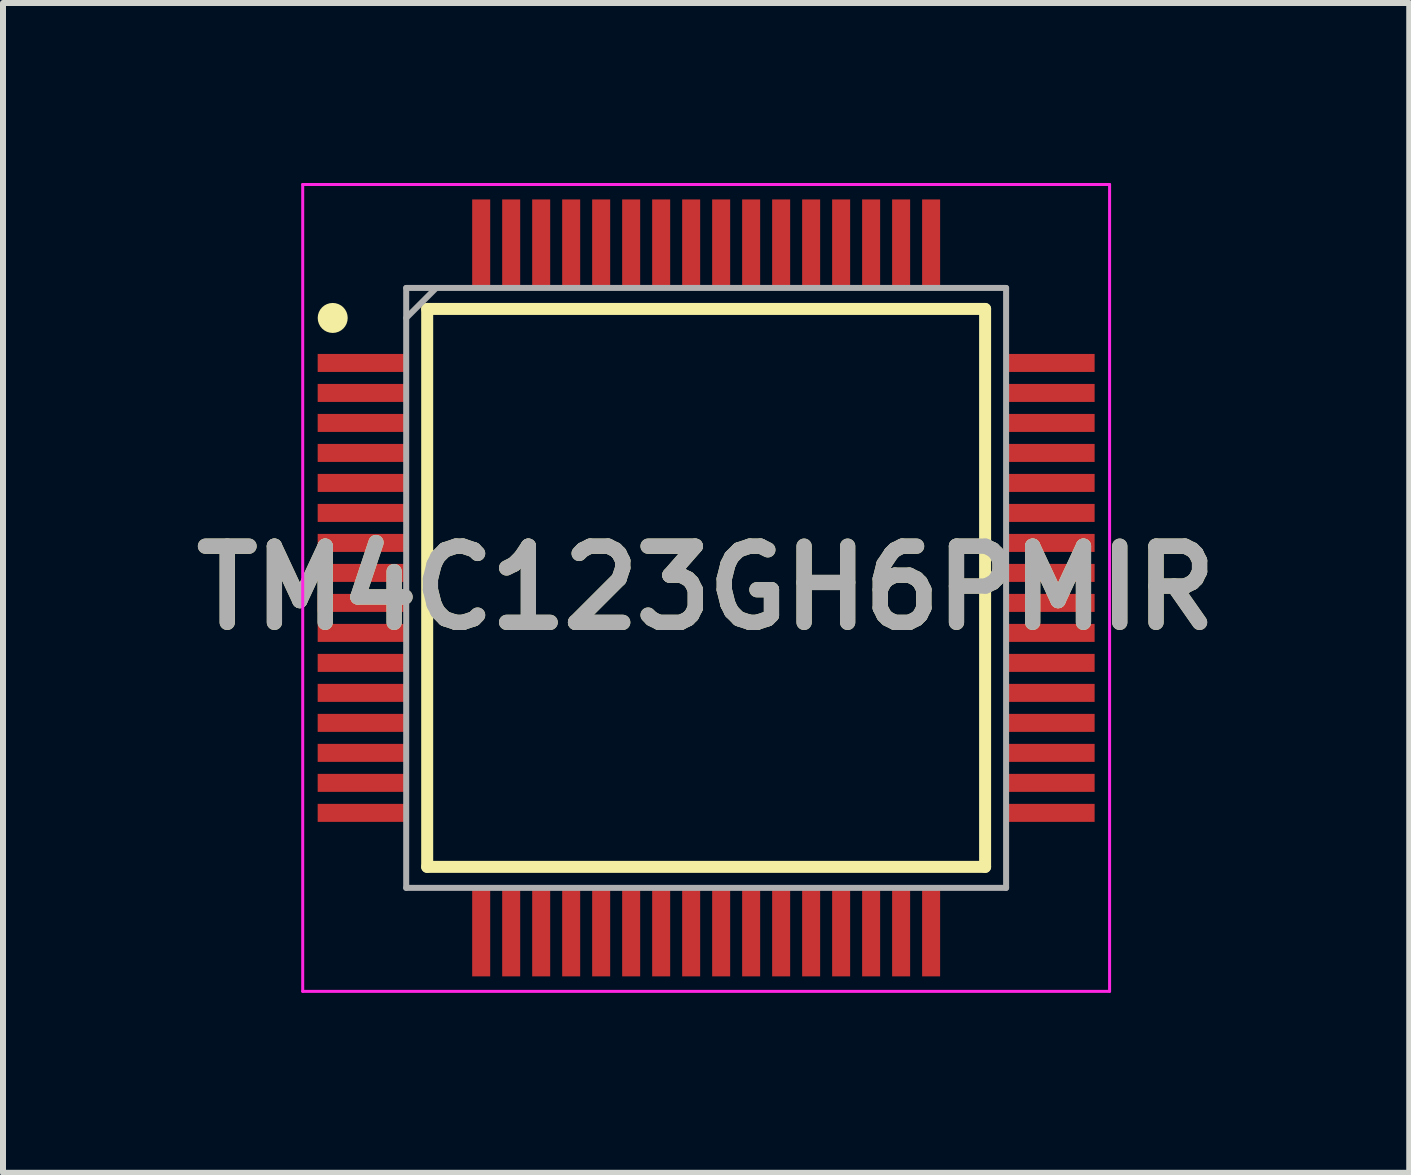
<source format=kicad_pcb>
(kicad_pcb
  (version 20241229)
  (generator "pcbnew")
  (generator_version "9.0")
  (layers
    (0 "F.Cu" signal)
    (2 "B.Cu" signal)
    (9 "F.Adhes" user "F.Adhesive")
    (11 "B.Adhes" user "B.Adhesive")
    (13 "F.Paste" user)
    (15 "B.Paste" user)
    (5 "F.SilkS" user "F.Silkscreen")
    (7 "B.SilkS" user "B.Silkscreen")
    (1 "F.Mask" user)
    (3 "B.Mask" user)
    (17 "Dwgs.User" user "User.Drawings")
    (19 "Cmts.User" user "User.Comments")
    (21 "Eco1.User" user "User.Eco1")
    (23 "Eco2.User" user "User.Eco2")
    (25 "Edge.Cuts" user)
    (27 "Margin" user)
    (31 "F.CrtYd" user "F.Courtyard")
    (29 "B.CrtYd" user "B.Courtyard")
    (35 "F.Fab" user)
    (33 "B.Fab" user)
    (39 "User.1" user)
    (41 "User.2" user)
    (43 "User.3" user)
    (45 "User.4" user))
  (footprint "TM4C123GH6PMIR"
    (layer "F.Cu")
    (at 8.721 6.75)
    (property "Reference" "TM4C123GH6PMIR" (at 0 0 0) (layer "F.SilkS") (effects (font (size 1.27 1.27) (thickness 0.254))))
    (attr smd)
    (fp_line (start -4.65 -4.65) (end 4.65 -4.65) (stroke (width 0.2) (type solid)) (layer "F.SilkS"))
    (fp_line (start -4.65 4.65) (end -4.65 -4.65) (stroke (width 0.2) (type solid)) (layer "F.SilkS"))
    (fp_line (start 4.65 -4.65) (end 4.65 4.65) (stroke (width 0.2) (type solid)) (layer "F.SilkS"))
    (fp_line (start 4.65 4.65) (end -4.65 4.65) (stroke (width 0.2) (type solid)) (layer "F.SilkS"))
    (fp_circle (center -6.225 -4.5) (end -6.225 -4.375) (stroke (width 0.25) (type solid)) (fill no) (layer "F.SilkS"))
    (fp_line (start -6.725 -6.725) (end 6.725 -6.725) (stroke (width 0.05) (type solid)) (layer "F.CrtYd"))
    (fp_line (start -6.725 6.725) (end -6.725 -6.725) (stroke (width 0.05) (type solid)) (layer "F.CrtYd"))
    (fp_line (start 6.725 -6.725) (end 6.725 6.725) (stroke (width 0.05) (type solid)) (layer "F.CrtYd"))
    (fp_line (start 6.725 6.725) (end -6.725 6.725) (stroke (width 0.05) (type solid)) (layer "F.CrtYd"))
    (fp_line (start -5 -5) (end 5 -5) (stroke (width 0.1) (type solid)) (layer "F.Fab"))
    (fp_line (start -5 -4.5) (end -4.5 -5) (stroke (width 0.1) (type solid)) (layer "F.Fab"))
    (fp_line (start -5 5) (end -5 -5) (stroke (width 0.1) (type solid)) (layer "F.Fab"))
    (fp_line (start 5 -5) (end 5 5) (stroke (width 0.1) (type solid)) (layer "F.Fab"))
    (fp_line (start 5 5) (end -5 5) (stroke (width 0.1) (type solid)) (layer "F.Fab"))
    (fp_text user "${REFERENCE}" (at 0 0 0) (layer "F.Fab") (effects (font (size 1.27 1.27) (thickness 0.254))))
    (pad "1" smd rect (at -5.738 -3.75 90) (size 0.3 1.475) (layers "F.Cu" "F.Mask" "F.Paste"))
    (pad "2" smd rect (at -5.738 -3.25 90) (size 0.3 1.475) (layers "F.Cu" "F.Mask" "F.Paste"))
    (pad "3" smd rect (at -5.738 -2.75 90) (size 0.3 1.475) (layers "F.Cu" "F.Mask" "F.Paste"))
    (pad "4" smd rect (at -5.738 -2.25 90) (size 0.3 1.475) (layers "F.Cu" "F.Mask" "F.Paste"))
    (pad "5" smd rect (at -5.738 -1.75 90) (size 0.3 1.475) (layers "F.Cu" "F.Mask" "F.Paste"))
    (pad "6" smd rect (at -5.738 -1.25 90) (size 0.3 1.475) (layers "F.Cu" "F.Mask" "F.Paste"))
    (pad "7" smd rect (at -5.738 -0.75 90) (size 0.3 1.475) (layers "F.Cu" "F.Mask" "F.Paste"))
    (pad "8" smd rect (at -5.738 -0.25 90) (size 0.3 1.475) (layers "F.Cu" "F.Mask" "F.Paste"))
    (pad "9" smd rect (at -5.738 0.25 90) (size 0.3 1.475) (layers "F.Cu" "F.Mask" "F.Paste"))
    (pad "10" smd rect (at -5.738 0.75 90) (size 0.3 1.475) (layers "F.Cu" "F.Mask" "F.Paste"))
    (pad "11" smd rect (at -5.738 1.25 90) (size 0.3 1.475) (layers "F.Cu" "F.Mask" "F.Paste"))
    (pad "12" smd rect (at -5.738 1.75 90) (size 0.3 1.475) (layers "F.Cu" "F.Mask" "F.Paste"))
    (pad "13" smd rect (at -5.738 2.25 90) (size 0.3 1.475) (layers "F.Cu" "F.Mask" "F.Paste"))
    (pad "14" smd rect (at -5.738 2.75 90) (size 0.3 1.475) (layers "F.Cu" "F.Mask" "F.Paste"))
    (pad "15" smd rect (at -5.738 3.25 90) (size 0.3 1.475) (layers "F.Cu" "F.Mask" "F.Paste"))
    (pad "16" smd rect (at -5.738 3.75 90) (size 0.3 1.475) (layers "F.Cu" "F.Mask" "F.Paste"))
    (pad "17" smd rect (at -3.75 5.738) (size 0.3 1.475) (layers "F.Cu" "F.Mask" "F.Paste"))
    (pad "18" smd rect (at -3.25 5.738) (size 0.3 1.475) (layers "F.Cu" "F.Mask" "F.Paste"))
    (pad "19" smd rect (at -2.75 5.738) (size 0.3 1.475) (layers "F.Cu" "F.Mask" "F.Paste"))
    (pad "20" smd rect (at -2.25 5.738) (size 0.3 1.475) (layers "F.Cu" "F.Mask" "F.Paste"))
    (pad "21" smd rect (at -1.75 5.738) (size 0.3 1.475) (layers "F.Cu" "F.Mask" "F.Paste"))
    (pad "22" smd rect (at -1.25 5.738) (size 0.3 1.475) (layers "F.Cu" "F.Mask" "F.Paste"))
    (pad "23" smd rect (at -0.75 5.738) (size 0.3 1.475) (layers "F.Cu" "F.Mask" "F.Paste"))
    (pad "24" smd rect (at -0.25 5.738) (size 0.3 1.475) (layers "F.Cu" "F.Mask" "F.Paste"))
    (pad "25" smd rect (at 0.25 5.738) (size 0.3 1.475) (layers "F.Cu" "F.Mask" "F.Paste"))
    (pad "26" smd rect (at 0.75 5.738) (size 0.3 1.475) (layers "F.Cu" "F.Mask" "F.Paste"))
    (pad "27" smd rect (at 1.25 5.738) (size 0.3 1.475) (layers "F.Cu" "F.Mask" "F.Paste"))
    (pad "28" smd rect (at 1.75 5.738) (size 0.3 1.475) (layers "F.Cu" "F.Mask" "F.Paste"))
    (pad "29" smd rect (at 2.25 5.738) (size 0.3 1.475) (layers "F.Cu" "F.Mask" "F.Paste"))
    (pad "30" smd rect (at 2.75 5.738) (size 0.3 1.475) (layers "F.Cu" "F.Mask" "F.Paste"))
    (pad "31" smd rect (at 3.25 5.738) (size 0.3 1.475) (layers "F.Cu" "F.Mask" "F.Paste"))
    (pad "32" smd rect (at 3.75 5.738) (size 0.3 1.475) (layers "F.Cu" "F.Mask" "F.Paste"))
    (pad "33" smd rect (at 5.738 3.75 90) (size 0.3 1.475) (layers "F.Cu" "F.Mask" "F.Paste"))
    (pad "34" smd rect (at 5.738 3.25 90) (size 0.3 1.475) (layers "F.Cu" "F.Mask" "F.Paste"))
    (pad "35" smd rect (at 5.738 2.75 90) (size 0.3 1.475) (layers "F.Cu" "F.Mask" "F.Paste"))
    (pad "36" smd rect (at 5.738 2.25 90) (size 0.3 1.475) (layers "F.Cu" "F.Mask" "F.Paste"))
    (pad "37" smd rect (at 5.738 1.75 90) (size 0.3 1.475) (layers "F.Cu" "F.Mask" "F.Paste"))
    (pad "38" smd rect (at 5.738 1.25 90) (size 0.3 1.475) (layers "F.Cu" "F.Mask" "F.Paste"))
    (pad "39" smd rect (at 5.738 0.75 90) (size 0.3 1.475) (layers "F.Cu" "F.Mask" "F.Paste"))
    (pad "40" smd rect (at 5.738 0.25 90) (size 0.3 1.475) (layers "F.Cu" "F.Mask" "F.Paste"))
    (pad "41" smd rect (at 5.738 -0.25 90) (size 0.3 1.475) (layers "F.Cu" "F.Mask" "F.Paste"))
    (pad "42" smd rect (at 5.738 -0.75 90) (size 0.3 1.475) (layers "F.Cu" "F.Mask" "F.Paste"))
    (pad "43" smd rect (at 5.738 -1.25 90) (size 0.3 1.475) (layers "F.Cu" "F.Mask" "F.Paste"))
    (pad "44" smd rect (at 5.738 -1.75 90) (size 0.3 1.475) (layers "F.Cu" "F.Mask" "F.Paste"))
    (pad "45" smd rect (at 5.738 -2.25 90) (size 0.3 1.475) (layers "F.Cu" "F.Mask" "F.Paste"))
    (pad "46" smd rect (at 5.738 -2.75 90) (size 0.3 1.475) (layers "F.Cu" "F.Mask" "F.Paste"))
    (pad "47" smd rect (at 5.738 -3.25 90) (size 0.3 1.475) (layers "F.Cu" "F.Mask" "F.Paste"))
    (pad "48" smd rect (at 5.738 -3.75 90) (size 0.3 1.475) (layers "F.Cu" "F.Mask" "F.Paste"))
    (pad "49" smd rect (at 3.75 -5.738) (size 0.3 1.475) (layers "F.Cu" "F.Mask" "F.Paste"))
    (pad "50" smd rect (at 3.25 -5.738) (size 0.3 1.475) (layers "F.Cu" "F.Mask" "F.Paste"))
    (pad "51" smd rect (at 2.75 -5.738) (size 0.3 1.475) (layers "F.Cu" "F.Mask" "F.Paste"))
    (pad "52" smd rect (at 2.25 -5.738) (size 0.3 1.475) (layers "F.Cu" "F.Mask" "F.Paste"))
    (pad "53" smd rect (at 1.75 -5.738) (size 0.3 1.475) (layers "F.Cu" "F.Mask" "F.Paste"))
    (pad "54" smd rect (at 1.25 -5.738) (size 0.3 1.475) (layers "F.Cu" "F.Mask" "F.Paste"))
    (pad "55" smd rect (at 0.75 -5.738) (size 0.3 1.475) (layers "F.Cu" "F.Mask" "F.Paste"))
    (pad "56" smd rect (at 0.25 -5.738) (size 0.3 1.475) (layers "F.Cu" "F.Mask" "F.Paste"))
    (pad "57" smd rect (at -0.25 -5.738) (size 0.3 1.475) (layers "F.Cu" "F.Mask" "F.Paste"))
    (pad "58" smd rect (at -0.75 -5.738) (size 0.3 1.475) (layers "F.Cu" "F.Mask" "F.Paste"))
    (pad "59" smd rect (at -1.25 -5.738) (size 0.3 1.475) (layers "F.Cu" "F.Mask" "F.Paste"))
    (pad "60" smd rect (at -1.75 -5.738) (size 0.3 1.475) (layers "F.Cu" "F.Mask" "F.Paste"))
    (pad "61" smd rect (at -2.25 -5.738) (size 0.3 1.475) (layers "F.Cu" "F.Mask" "F.Paste"))
    (pad "62" smd rect (at -2.75 -5.738) (size 0.3 1.475) (layers "F.Cu" "F.Mask" "F.Paste"))
    (pad "63" smd rect (at -3.25 -5.738) (size 0.3 1.475) (layers "F.Cu" "F.Mask" "F.Paste"))
    (pad "64" smd rect (at -3.75 -5.738) (size 0.3 1.475) (layers "F.Cu" "F.Mask" "F.Paste")))
  (gr_rect
    (start -3 -3)
    (end 20.441 16.5)
    (stroke (width 0.1) (type default))
    (fill no)
    (layer "Edge.Cuts")))
</source>
